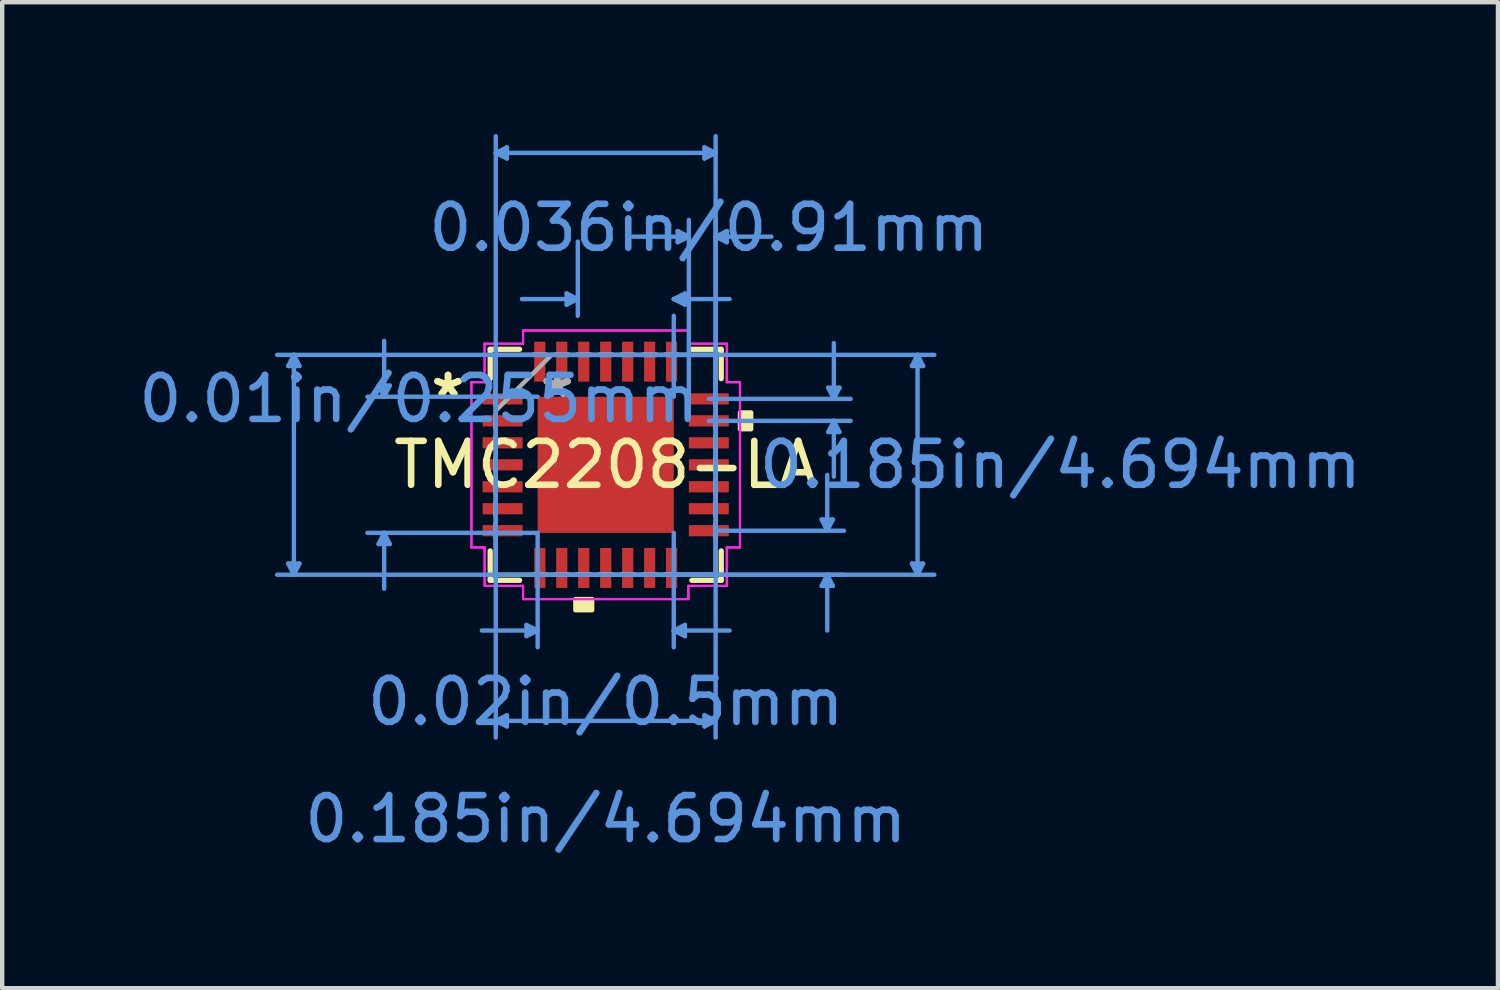
<source format=kicad_pcb>
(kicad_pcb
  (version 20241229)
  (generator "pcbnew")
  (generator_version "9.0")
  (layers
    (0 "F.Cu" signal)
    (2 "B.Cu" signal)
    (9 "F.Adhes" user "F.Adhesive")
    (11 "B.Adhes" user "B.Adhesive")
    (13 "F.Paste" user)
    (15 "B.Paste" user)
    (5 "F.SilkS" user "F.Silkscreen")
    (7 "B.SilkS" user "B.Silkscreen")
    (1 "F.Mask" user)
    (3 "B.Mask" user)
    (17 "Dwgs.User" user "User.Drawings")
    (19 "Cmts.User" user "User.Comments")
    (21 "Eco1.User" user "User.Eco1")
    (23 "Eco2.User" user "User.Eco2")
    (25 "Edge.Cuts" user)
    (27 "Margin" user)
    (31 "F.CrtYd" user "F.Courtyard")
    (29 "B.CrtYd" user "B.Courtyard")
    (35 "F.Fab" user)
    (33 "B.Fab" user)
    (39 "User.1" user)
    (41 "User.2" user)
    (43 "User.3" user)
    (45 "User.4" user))
  (footprint "TMC2208-LA"
    (layer "F.Cu")
    (at 10.735 7.528)
    (property "Reference" "TMC2208-LA" (at 0 0 0) (layer "F.SilkS") (effects (font (size 1 1) (thickness 0.15))))
    (attr through_hole)
    (fp_line (start -2.629 -2.629) (end -2.629 -1.96) (stroke (width 0.12) (type solid)) (layer "F.SilkS"))
    (fp_line (start -2.629 1.96) (end -2.629 2.629) (stroke (width 0.12) (type solid)) (layer "F.SilkS"))
    (fp_line (start -2.629 2.629) (end -1.96 2.629) (stroke (width 0.12) (type solid)) (layer "F.SilkS"))
    (fp_line (start -1.96 -2.629) (end -2.629 -2.629) (stroke (width 0.12) (type solid)) (layer "F.SilkS"))
    (fp_line (start 1.96 2.629) (end 2.629 2.629) (stroke (width 0.12) (type solid)) (layer "F.SilkS"))
    (fp_line (start 2.629 -2.629) (end 1.96 -2.629) (stroke (width 0.12) (type solid)) (layer "F.SilkS"))
    (fp_line (start 2.629 -1.96) (end 2.629 -2.629) (stroke (width 0.12) (type solid)) (layer "F.SilkS"))
    (fp_line (start 2.629 2.629) (end 2.629 1.96) (stroke (width 0.12) (type solid)) (layer "F.SilkS"))
    (fp_poly (pts (xy -0.69 3.056) (xy -0.69 3.31) (xy -0.309 3.31) (xy -0.309 3.056)) (stroke (width 0.1) (type solid)) (fill yes) (layer "F.SilkS"))
    (fp_poly (pts (xy 3.31 -1.191) (xy 3.31 -0.81) (xy 3.056 -0.81) (xy 3.056 -1.191)) (stroke (width 0.1) (type solid)) (fill yes) (layer "F.SilkS"))
    (fp_line (start -7.224 -2.248) (end -6.97 -2.248) (stroke (width 0.1) (type solid)) (layer "Cmts.User"))
    (fp_line (start -7.224 2.248) (end -6.97 2.248) (stroke (width 0.1) (type solid)) (layer "Cmts.User"))
    (fp_line (start -7.097 -2.502) (end -7.224 -2.248) (stroke (width 0.1) (type solid)) (layer "Cmts.User"))
    (fp_line (start -7.097 -2.502) (end -7.097 2.502) (stroke (width 0.1) (type solid)) (layer "Cmts.User"))
    (fp_line (start -7.097 -2.502) (end -6.97 -2.248) (stroke (width 0.1) (type solid)) (layer "Cmts.User"))
    (fp_line (start -7.097 2.502) (end -7.224 2.248) (stroke (width 0.1) (type solid)) (layer "Cmts.User"))
    (fp_line (start -7.097 2.502) (end -6.97 2.248) (stroke (width 0.1) (type solid)) (layer "Cmts.User"))
    (fp_line (start -5.169 -1.803) (end -4.915 -1.803) (stroke (width 0.1) (type solid)) (layer "Cmts.User"))
    (fp_line (start -5.169 1.803) (end -4.915 1.803) (stroke (width 0.1) (type solid)) (layer "Cmts.User"))
    (fp_line (start -5.042 -1.549) (end -5.169 -1.803) (stroke (width 0.1) (type solid)) (layer "Cmts.User"))
    (fp_line (start -5.042 -1.549) (end -5.042 -2.819) (stroke (width 0.1) (type solid)) (layer "Cmts.User"))
    (fp_line (start -5.042 -1.549) (end -4.915 -1.803) (stroke (width 0.1) (type solid)) (layer "Cmts.User"))
    (fp_line (start -5.042 1.549) (end -5.169 1.803) (stroke (width 0.1) (type solid)) (layer "Cmts.User"))
    (fp_line (start -5.042 1.549) (end -5.042 2.819) (stroke (width 0.1) (type solid)) (layer "Cmts.User"))
    (fp_line (start -5.042 1.549) (end -4.915 1.803) (stroke (width 0.1) (type solid)) (layer "Cmts.User"))
    (fp_line (start -2.502 -7.097) (end -2.248 -7.224) (stroke (width 0.1) (type solid)) (layer "Cmts.User"))
    (fp_line (start -2.502 -7.097) (end -2.248 -6.97) (stroke (width 0.1) (type solid)) (layer "Cmts.User"))
    (fp_line (start -2.502 -7.097) (end 2.502 -7.097) (stroke (width 0.1) (type solid)) (layer "Cmts.User"))
    (fp_line (start -2.502 -2.502) (end -2.502 6.208) (stroke (width 0.1) (type solid)) (layer "Cmts.User"))
    (fp_line (start -2.502 -1.5) (end -2.502 -7.478) (stroke (width 0.1) (type solid)) (layer "Cmts.User"))
    (fp_line (start -2.502 5.827) (end -2.248 5.7) (stroke (width 0.1) (type solid)) (layer "Cmts.User"))
    (fp_line (start -2.502 5.827) (end -2.248 5.954) (stroke (width 0.1) (type solid)) (layer "Cmts.User"))
    (fp_line (start -2.502 5.827) (end 2.502 5.827) (stroke (width 0.1) (type solid)) (layer "Cmts.User"))
    (fp_line (start -2.248 -7.224) (end -2.248 -6.97) (stroke (width 0.1) (type solid)) (layer "Cmts.User"))
    (fp_line (start -2.248 5.7) (end -2.248 5.954) (stroke (width 0.1) (type solid)) (layer "Cmts.User"))
    (fp_line (start -1.803 3.645) (end -1.803 3.899) (stroke (width 0.1) (type solid)) (layer "Cmts.User"))
    (fp_line (start -1.549 -1.549) (end -5.423 -1.549) (stroke (width 0.1) (type solid)) (layer "Cmts.User"))
    (fp_line (start -1.549 1.549) (end -5.423 1.549) (stroke (width 0.1) (type solid)) (layer "Cmts.User"))
    (fp_line (start -1.549 1.549) (end -1.549 4.153) (stroke (width 0.1) (type solid)) (layer "Cmts.User"))
    (fp_line (start -1.549 3.772) (end -2.819 3.772) (stroke (width 0.1) (type solid)) (layer "Cmts.User"))
    (fp_line (start -1.549 3.772) (end -1.803 3.645) (stroke (width 0.1) (type solid)) (layer "Cmts.User"))
    (fp_line (start -1.549 3.772) (end -1.803 3.899) (stroke (width 0.1) (type solid)) (layer "Cmts.User"))
    (fp_line (start -0.889 -3.899) (end -0.889 -3.645) (stroke (width 0.1) (type solid)) (layer "Cmts.User"))
    (fp_line (start -0.635 -5.08) (end -0.635 -3.391) (stroke (width 0.1) (type solid)) (layer "Cmts.User"))
    (fp_line (start -0.635 -3.772) (end -1.905 -3.772) (stroke (width 0.1) (type solid)) (layer "Cmts.User"))
    (fp_line (start -0.635 -3.772) (end -0.889 -3.899) (stroke (width 0.1) (type solid)) (layer "Cmts.User"))
    (fp_line (start -0.635 -3.772) (end -0.889 -3.645) (stroke (width 0.1) (type solid)) (layer "Cmts.User"))
    (fp_line (start 1.5 -2.502) (end 7.478 -2.502) (stroke (width 0.1) (type solid)) (layer "Cmts.User"))
    (fp_line (start 1.5 2.502) (end 5.423 2.502) (stroke (width 0.1) (type solid)) (layer "Cmts.User"))
    (fp_line (start 1.5 2.502) (end 7.478 2.502) (stroke (width 0.1) (type solid)) (layer "Cmts.User"))
    (fp_line (start 1.549 -3.772) (end 1.803 -3.899) (stroke (width 0.1) (type solid)) (layer "Cmts.User"))
    (fp_line (start 1.549 -3.772) (end 1.803 -3.645) (stroke (width 0.1) (type solid)) (layer "Cmts.User"))
    (fp_line (start 1.549 -3.772) (end 2.819 -3.772) (stroke (width 0.1) (type solid)) (layer "Cmts.User"))
    (fp_line (start 1.549 -1.549) (end 1.549 -3.391) (stroke (width 0.1) (type solid)) (layer "Cmts.User"))
    (fp_line (start 1.549 1.549) (end 1.549 4.153) (stroke (width 0.1) (type solid)) (layer "Cmts.User"))
    (fp_line (start 1.549 3.772) (end 1.803 3.645) (stroke (width 0.1) (type solid)) (layer "Cmts.User"))
    (fp_line (start 1.549 3.772) (end 1.803 3.899) (stroke (width 0.1) (type solid)) (layer "Cmts.User"))
    (fp_line (start 1.549 3.772) (end 2.819 3.772) (stroke (width 0.1) (type solid)) (layer "Cmts.User"))
    (fp_line (start 1.638 -5.319) (end 1.638 -5.065) (stroke (width 0.1) (type solid)) (layer "Cmts.User"))
    (fp_line (start 1.803 -3.899) (end 1.803 -3.645) (stroke (width 0.1) (type solid)) (layer "Cmts.User"))
    (fp_line (start 1.803 3.645) (end 1.803 3.899) (stroke (width 0.1) (type solid)) (layer "Cmts.User"))
    (fp_line (start 1.892 -5.192) (end 0.622 -5.192) (stroke (width 0.1) (type solid)) (layer "Cmts.User"))
    (fp_line (start 1.892 -5.192) (end 1.638 -5.319) (stroke (width 0.1) (type solid)) (layer "Cmts.User"))
    (fp_line (start 1.892 -5.192) (end 1.638 -5.065) (stroke (width 0.1) (type solid)) (layer "Cmts.User"))
    (fp_line (start 1.892 -1.5) (end 1.892 -5.573) (stroke (width 0.1) (type solid)) (layer "Cmts.User"))
    (fp_line (start 2.248 -7.224) (end 2.248 -6.97) (stroke (width 0.1) (type solid)) (layer "Cmts.User"))
    (fp_line (start 2.248 5.7) (end 2.248 5.954) (stroke (width 0.1) (type solid)) (layer "Cmts.User"))
    (fp_line (start 2.347 -1.5) (end 5.573 -1.5) (stroke (width 0.1) (type solid)) (layer "Cmts.User"))
    (fp_line (start 2.347 -1) (end 5.573 -1) (stroke (width 0.1) (type solid)) (layer "Cmts.User"))
    (fp_line (start 2.502 -7.097) (end 2.248 -7.224) (stroke (width 0.1) (type solid)) (layer "Cmts.User"))
    (fp_line (start 2.502 -7.097) (end 2.248 -6.97) (stroke (width 0.1) (type solid)) (layer "Cmts.User"))
    (fp_line (start 2.502 -5.192) (end 2.756 -5.319) (stroke (width 0.1) (type solid)) (layer "Cmts.User"))
    (fp_line (start 2.502 -5.192) (end 2.756 -5.065) (stroke (width 0.1) (type solid)) (layer "Cmts.User"))
    (fp_line (start 2.502 -5.192) (end 3.772 -5.192) (stroke (width 0.1) (type solid)) (layer "Cmts.User"))
    (fp_line (start 2.502 -2.502) (end -7.478 -2.502) (stroke (width 0.1) (type solid)) (layer "Cmts.User"))
    (fp_line (start 2.502 -2.502) (end 2.502 6.208) (stroke (width 0.1) (type solid)) (layer "Cmts.User"))
    (fp_line (start 2.502 -1.5) (end 2.502 -7.478) (stroke (width 0.1) (type solid)) (layer "Cmts.User"))
    (fp_line (start 2.502 -1.5) (end 2.502 -5.573) (stroke (width 0.1) (type solid)) (layer "Cmts.User"))
    (fp_line (start 2.502 1.5) (end 5.423 1.5) (stroke (width 0.1) (type solid)) (layer "Cmts.User"))
    (fp_line (start 2.502 2.502) (end -7.478 2.502) (stroke (width 0.1) (type solid)) (layer "Cmts.User"))
    (fp_line (start 2.502 5.827) (end 2.248 5.7) (stroke (width 0.1) (type solid)) (layer "Cmts.User"))
    (fp_line (start 2.502 5.827) (end 2.248 5.954) (stroke (width 0.1) (type solid)) (layer "Cmts.User"))
    (fp_line (start 2.756 -5.319) (end 2.756 -5.065) (stroke (width 0.1) (type solid)) (layer "Cmts.User"))
    (fp_line (start 4.915 1.246) (end 5.169 1.246) (stroke (width 0.1) (type solid)) (layer "Cmts.User"))
    (fp_line (start 4.915 2.756) (end 5.169 2.756) (stroke (width 0.1) (type solid)) (layer "Cmts.User"))
    (fp_line (start 5.042 1.5) (end 4.915 1.246) (stroke (width 0.1) (type solid)) (layer "Cmts.User"))
    (fp_line (start 5.042 1.5) (end 5.042 0.23) (stroke (width 0.1) (type solid)) (layer "Cmts.User"))
    (fp_line (start 5.042 1.5) (end 5.169 1.246) (stroke (width 0.1) (type solid)) (layer "Cmts.User"))
    (fp_line (start 5.042 2.502) (end 4.915 2.756) (stroke (width 0.1) (type solid)) (layer "Cmts.User"))
    (fp_line (start 5.042 2.502) (end 5.042 3.772) (stroke (width 0.1) (type solid)) (layer "Cmts.User"))
    (fp_line (start 5.042 2.502) (end 5.169 2.756) (stroke (width 0.1) (type solid)) (layer "Cmts.User"))
    (fp_line (start 5.065 -1.754) (end 5.319 -1.754) (stroke (width 0.1) (type solid)) (layer "Cmts.User"))
    (fp_line (start 5.065 -0.746) (end 5.319 -0.746) (stroke (width 0.1) (type solid)) (layer "Cmts.User"))
    (fp_line (start 5.192 -1.5) (end 5.065 -1.754) (stroke (width 0.1) (type solid)) (layer "Cmts.User"))
    (fp_line (start 5.192 -1.5) (end 5.192 -2.77) (stroke (width 0.1) (type solid)) (layer "Cmts.User"))
    (fp_line (start 5.192 -1.5) (end 5.319 -1.754) (stroke (width 0.1) (type solid)) (layer "Cmts.User"))
    (fp_line (start 5.192 -1) (end 5.065 -0.746) (stroke (width 0.1) (type solid)) (layer "Cmts.User"))
    (fp_line (start 5.192 -1) (end 5.192 0.27) (stroke (width 0.1) (type solid)) (layer "Cmts.User"))
    (fp_line (start 5.192 -1) (end 5.319 -0.746) (stroke (width 0.1) (type solid)) (layer "Cmts.User"))
    (fp_line (start 6.97 -2.248) (end 7.224 -2.248) (stroke (width 0.1) (type solid)) (layer "Cmts.User"))
    (fp_line (start 6.97 2.248) (end 7.224 2.248) (stroke (width 0.1) (type solid)) (layer "Cmts.User"))
    (fp_line (start 7.097 -2.502) (end 6.97 -2.248) (stroke (width 0.1) (type solid)) (layer "Cmts.User"))
    (fp_line (start 7.097 -2.502) (end 7.097 2.502) (stroke (width 0.1) (type solid)) (layer "Cmts.User"))
    (fp_line (start 7.097 -2.502) (end 7.224 -2.248) (stroke (width 0.1) (type solid)) (layer "Cmts.User"))
    (fp_line (start 7.097 2.502) (end 6.97 2.248) (stroke (width 0.1) (type solid)) (layer "Cmts.User"))
    (fp_line (start 7.097 2.502) (end 7.224 2.248) (stroke (width 0.1) (type solid)) (layer "Cmts.User"))
    (fp_line (start -3.056 -1.881) (end -2.756 -1.881) (stroke (width 0.05) (type solid)) (layer "F.CrtYd"))
    (fp_line (start -3.056 -1.881) (end -2.756 -1.881) (stroke (width 0.05) (type solid)) (layer "F.CrtYd"))
    (fp_line (start -3.056 1.881) (end -3.056 -1.881) (stroke (width 0.05) (type solid)) (layer "F.CrtYd"))
    (fp_line (start -3.056 1.881) (end -3.056 -1.881) (stroke (width 0.05) (type solid)) (layer "F.CrtYd"))
    (fp_line (start -2.756 -2.756) (end -1.881 -2.756) (stroke (width 0.05) (type solid)) (layer "F.CrtYd"))
    (fp_line (start -2.756 -2.756) (end -1.881 -2.756) (stroke (width 0.05) (type solid)) (layer "F.CrtYd"))
    (fp_line (start -2.756 -1.881) (end -2.756 -2.756) (stroke (width 0.05) (type solid)) (layer "F.CrtYd"))
    (fp_line (start -2.756 -1.881) (end -2.756 -2.756) (stroke (width 0.05) (type solid)) (layer "F.CrtYd"))
    (fp_line (start -2.756 1.881) (end -3.056 1.881) (stroke (width 0.05) (type solid)) (layer "F.CrtYd"))
    (fp_line (start -2.756 1.881) (end -3.056 1.881) (stroke (width 0.05) (type solid)) (layer "F.CrtYd"))
    (fp_line (start -2.756 2.756) (end -2.756 1.881) (stroke (width 0.05) (type solid)) (layer "F.CrtYd"))
    (fp_line (start -2.756 2.756) (end -2.756 1.881) (stroke (width 0.05) (type solid)) (layer "F.CrtYd"))
    (fp_line (start -1.881 -3.056) (end 1.881 -3.056) (stroke (width 0.05) (type solid)) (layer "F.CrtYd"))
    (fp_line (start -1.881 -3.056) (end 1.881 -3.056) (stroke (width 0.05) (type solid)) (layer "F.CrtYd"))
    (fp_line (start -1.881 -2.756) (end -1.881 -3.056) (stroke (width 0.05) (type solid)) (layer "F.CrtYd"))
    (fp_line (start -1.881 -2.756) (end -1.881 -3.056) (stroke (width 0.05) (type solid)) (layer "F.CrtYd"))
    (fp_line (start -1.881 2.756) (end -2.756 2.756) (stroke (width 0.05) (type solid)) (layer "F.CrtYd"))
    (fp_line (start -1.881 2.756) (end -2.756 2.756) (stroke (width 0.05) (type solid)) (layer "F.CrtYd"))
    (fp_line (start -1.881 3.056) (end -1.881 2.756) (stroke (width 0.05) (type solid)) (layer "F.CrtYd"))
    (fp_line (start -1.881 3.056) (end -1.881 2.756) (stroke (width 0.05) (type solid)) (layer "F.CrtYd"))
    (fp_line (start 1.881 -3.056) (end 1.881 -2.756) (stroke (width 0.05) (type solid)) (layer "F.CrtYd"))
    (fp_line (start 1.881 -3.056) (end 1.881 -2.756) (stroke (width 0.05) (type solid)) (layer "F.CrtYd"))
    (fp_line (start 1.881 -2.756) (end 2.756 -2.756) (stroke (width 0.05) (type solid)) (layer "F.CrtYd"))
    (fp_line (start 1.881 -2.756) (end 2.756 -2.756) (stroke (width 0.05) (type solid)) (layer "F.CrtYd"))
    (fp_line (start 1.881 2.756) (end 1.881 3.056) (stroke (width 0.05) (type solid)) (layer "F.CrtYd"))
    (fp_line (start 1.881 2.756) (end 1.881 3.056) (stroke (width 0.05) (type solid)) (layer "F.CrtYd"))
    (fp_line (start 1.881 3.056) (end -1.881 3.056) (stroke (width 0.05) (type solid)) (layer "F.CrtYd"))
    (fp_line (start 1.881 3.056) (end -1.881 3.056) (stroke (width 0.05) (type solid)) (layer "F.CrtYd"))
    (fp_line (start 2.756 -2.756) (end 2.756 -1.881) (stroke (width 0.05) (type solid)) (layer "F.CrtYd"))
    (fp_line (start 2.756 -2.756) (end 2.756 -1.881) (stroke (width 0.05) (type solid)) (layer "F.CrtYd"))
    (fp_line (start 2.756 -1.881) (end 3.056 -1.881) (stroke (width 0.05) (type solid)) (layer "F.CrtYd"))
    (fp_line (start 2.756 -1.881) (end 3.056 -1.881) (stroke (width 0.05) (type solid)) (layer "F.CrtYd"))
    (fp_line (start 2.756 1.881) (end 2.756 2.756) (stroke (width 0.05) (type solid)) (layer "F.CrtYd"))
    (fp_line (start 2.756 1.881) (end 2.756 2.756) (stroke (width 0.05) (type solid)) (layer "F.CrtYd"))
    (fp_line (start 2.756 2.756) (end 1.881 2.756) (stroke (width 0.05) (type solid)) (layer "F.CrtYd"))
    (fp_line (start 2.756 2.756) (end 1.881 2.756) (stroke (width 0.05) (type solid)) (layer "F.CrtYd"))
    (fp_line (start 3.056 -1.881) (end 3.056 1.881) (stroke (width 0.05) (type solid)) (layer "F.CrtYd"))
    (fp_line (start 3.056 -1.881) (end 3.056 1.881) (stroke (width 0.05) (type solid)) (layer "F.CrtYd"))
    (fp_line (start 3.056 1.881) (end 2.756 1.881) (stroke (width 0.05) (type solid)) (layer "F.CrtYd"))
    (fp_line (start 3.056 1.881) (end 2.756 1.881) (stroke (width 0.05) (type solid)) (layer "F.CrtYd"))
    (fp_line (start -2.502 -2.502) (end -2.502 2.502) (stroke (width 0.1) (type solid)) (layer "F.Fab"))
    (fp_line (start -2.502 -1.652) (end -2.502 -1.652) (stroke (width 0.1) (type solid)) (layer "F.Fab"))
    (fp_line (start -2.502 -1.652) (end -2.502 -1.348) (stroke (width 0.1) (type solid)) (layer "F.Fab"))
    (fp_line (start -2.502 -1.348) (end -2.502 -1.652) (stroke (width 0.1) (type solid)) (layer "F.Fab"))
    (fp_line (start -2.502 -1.348) (end -2.502 -1.348) (stroke (width 0.1) (type solid)) (layer "F.Fab"))
    (fp_line (start -2.502 -1.232) (end -1.232 -2.502) (stroke (width 0.1) (type solid)) (layer "F.Fab"))
    (fp_line (start -2.502 -1.152) (end -2.502 -1.152) (stroke (width 0.1) (type solid)) (layer "F.Fab"))
    (fp_line (start -2.502 -1.152) (end -2.502 -0.848) (stroke (width 0.1) (type solid)) (layer "F.Fab"))
    (fp_line (start -2.502 -0.848) (end -2.502 -1.152) (stroke (width 0.1) (type solid)) (layer "F.Fab"))
    (fp_line (start -2.502 -0.848) (end -2.502 -0.848) (stroke (width 0.1) (type solid)) (layer "F.Fab"))
    (fp_line (start -2.502 -0.652) (end -2.502 -0.652) (stroke (width 0.1) (type solid)) (layer "F.Fab"))
    (fp_line (start -2.502 -0.652) (end -2.502 -0.348) (stroke (width 0.1) (type solid)) (layer "F.Fab"))
    (fp_line (start -2.502 -0.348) (end -2.502 -0.652) (stroke (width 0.1) (type solid)) (layer "F.Fab"))
    (fp_line (start -2.502 -0.348) (end -2.502 -0.348) (stroke (width 0.1) (type solid)) (layer "F.Fab"))
    (fp_line (start -2.502 -0.152) (end -2.502 -0.152) (stroke (width 0.1) (type solid)) (layer "F.Fab"))
    (fp_line (start -2.502 -0.152) (end -2.502 0.152) (stroke (width 0.1) (type solid)) (layer "F.Fab"))
    (fp_line (start -2.502 0.152) (end -2.502 -0.152) (stroke (width 0.1) (type solid)) (layer "F.Fab"))
    (fp_line (start -2.502 0.152) (end -2.502 0.152) (stroke (width 0.1) (type solid)) (layer "F.Fab"))
    (fp_line (start -2.502 0.348) (end -2.502 0.348) (stroke (width 0.1) (type solid)) (layer "F.Fab"))
    (fp_line (start -2.502 0.348) (end -2.502 0.652) (stroke (width 0.1) (type solid)) (layer "F.Fab"))
    (fp_line (start -2.502 0.652) (end -2.502 0.348) (stroke (width 0.1) (type solid)) (layer "F.Fab"))
    (fp_line (start -2.502 0.652) (end -2.502 0.652) (stroke (width 0.1) (type solid)) (layer "F.Fab"))
    (fp_line (start -2.502 0.848) (end -2.502 0.848) (stroke (width 0.1) (type solid)) (layer "F.Fab"))
    (fp_line (start -2.502 0.848) (end -2.502 1.152) (stroke (width 0.1) (type solid)) (layer "F.Fab"))
    (fp_line (start -2.502 1.152) (end -2.502 0.848) (stroke (width 0.1) (type solid)) (layer "F.Fab"))
    (fp_line (start -2.502 1.152) (end -2.502 1.152) (stroke (width 0.1) (type solid)) (layer "F.Fab"))
    (fp_line (start -2.502 1.348) (end -2.502 1.348) (stroke (width 0.1) (type solid)) (layer "F.Fab"))
    (fp_line (start -2.502 1.348) (end -2.502 1.652) (stroke (width 0.1) (type solid)) (layer "F.Fab"))
    (fp_line (start -2.502 1.652) (end -2.502 1.348) (stroke (width 0.1) (type solid)) (layer "F.Fab"))
    (fp_line (start -2.502 1.652) (end -2.502 1.652) (stroke (width 0.1) (type solid)) (layer "F.Fab"))
    (fp_line (start -2.502 2.502) (end 2.502 2.502) (stroke (width 0.1) (type solid)) (layer "F.Fab"))
    (fp_line (start -1.652 -2.502) (end -1.652 -2.502) (stroke (width 0.1) (type solid)) (layer "F.Fab"))
    (fp_line (start -1.652 -2.502) (end -1.348 -2.502) (stroke (width 0.1) (type solid)) (layer "F.Fab"))
    (fp_line (start -1.652 2.502) (end -1.652 2.502) (stroke (width 0.1) (type solid)) (layer "F.Fab"))
    (fp_line (start -1.652 2.502) (end -1.348 2.502) (stroke (width 0.1) (type solid)) (layer "F.Fab"))
    (fp_line (start -1.348 -2.502) (end -1.652 -2.502) (stroke (width 0.1) (type solid)) (layer "F.Fab"))
    (fp_line (start -1.348 -2.502) (end -1.348 -2.502) (stroke (width 0.1) (type solid)) (layer "F.Fab"))
    (fp_line (start -1.348 2.502) (end -1.652 2.502) (stroke (width 0.1) (type solid)) (layer "F.Fab"))
    (fp_line (start -1.348 2.502) (end -1.348 2.502) (stroke (width 0.1) (type solid)) (layer "F.Fab"))
    (fp_line (start -1.152 -2.502) (end -1.152 -2.502) (stroke (width 0.1) (type solid)) (layer "F.Fab"))
    (fp_line (start -1.152 -2.502) (end -0.848 -2.502) (stroke (width 0.1) (type solid)) (layer "F.Fab"))
    (fp_line (start -1.152 2.502) (end -1.152 2.502) (stroke (width 0.1) (type solid)) (layer "F.Fab"))
    (fp_line (start -1.152 2.502) (end -0.848 2.502) (stroke (width 0.1) (type solid)) (layer "F.Fab"))
    (fp_line (start -0.848 -2.502) (end -1.152 -2.502) (stroke (width 0.1) (type solid)) (layer "F.Fab"))
    (fp_line (start -0.848 -2.502) (end -0.848 -2.502) (stroke (width 0.1) (type solid)) (layer "F.Fab"))
    (fp_line (start -0.848 2.502) (end -1.152 2.502) (stroke (width 0.1) (type solid)) (layer "F.Fab"))
    (fp_line (start -0.848 2.502) (end -0.848 2.502) (stroke (width 0.1) (type solid)) (layer "F.Fab"))
    (fp_line (start -0.652 -2.502) (end -0.652 -2.502) (stroke (width 0.1) (type solid)) (layer "F.Fab"))
    (fp_line (start -0.652 -2.502) (end -0.348 -2.502) (stroke (width 0.1) (type solid)) (layer "F.Fab"))
    (fp_line (start -0.652 2.502) (end -0.652 2.502) (stroke (width 0.1) (type solid)) (layer "F.Fab"))
    (fp_line (start -0.652 2.502) (end -0.348 2.502) (stroke (width 0.1) (type solid)) (layer "F.Fab"))
    (fp_line (start -0.348 -2.502) (end -0.652 -2.502) (stroke (width 0.1) (type solid)) (layer "F.Fab"))
    (fp_line (start -0.348 -2.502) (end -0.348 -2.502) (stroke (width 0.1) (type solid)) (layer "F.Fab"))
    (fp_line (start -0.348 2.502) (end -0.652 2.502) (stroke (width 0.1) (type solid)) (layer "F.Fab"))
    (fp_line (start -0.348 2.502) (end -0.348 2.502) (stroke (width 0.1) (type solid)) (layer "F.Fab"))
    (fp_line (start -0.152 -2.502) (end -0.152 -2.502) (stroke (width 0.1) (type solid)) (layer "F.Fab"))
    (fp_line (start -0.152 -2.502) (end 0.152 -2.502) (stroke (width 0.1) (type solid)) (layer "F.Fab"))
    (fp_line (start -0.152 2.502) (end -0.152 2.502) (stroke (width 0.1) (type solid)) (layer "F.Fab"))
    (fp_line (start -0.152 2.502) (end 0.152 2.502) (stroke (width 0.1) (type solid)) (layer "F.Fab"))
    (fp_line (start 0.152 -2.502) (end -0.152 -2.502) (stroke (width 0.1) (type solid)) (layer "F.Fab"))
    (fp_line (start 0.152 -2.502) (end 0.152 -2.502) (stroke (width 0.1) (type solid)) (layer "F.Fab"))
    (fp_line (start 0.152 2.502) (end -0.152 2.502) (stroke (width 0.1) (type solid)) (layer "F.Fab"))
    (fp_line (start 0.152 2.502) (end 0.152 2.502) (stroke (width 0.1) (type solid)) (layer "F.Fab"))
    (fp_line (start 0.348 -2.502) (end 0.348 -2.502) (stroke (width 0.1) (type solid)) (layer "F.Fab"))
    (fp_line (start 0.348 -2.502) (end 0.652 -2.502) (stroke (width 0.1) (type solid)) (layer "F.Fab"))
    (fp_line (start 0.348 2.502) (end 0.348 2.502) (stroke (width 0.1) (type solid)) (layer "F.Fab"))
    (fp_line (start 0.348 2.502) (end 0.652 2.502) (stroke (width 0.1) (type solid)) (layer "F.Fab"))
    (fp_line (start 0.652 -2.502) (end 0.348 -2.502) (stroke (width 0.1) (type solid)) (layer "F.Fab"))
    (fp_line (start 0.652 -2.502) (end 0.652 -2.502) (stroke (width 0.1) (type solid)) (layer "F.Fab"))
    (fp_line (start 0.652 2.502) (end 0.348 2.502) (stroke (width 0.1) (type solid)) (layer "F.Fab"))
    (fp_line (start 0.652 2.502) (end 0.652 2.502) (stroke (width 0.1) (type solid)) (layer "F.Fab"))
    (fp_line (start 0.848 -2.502) (end 0.848 -2.502) (stroke (width 0.1) (type solid)) (layer "F.Fab"))
    (fp_line (start 0.848 -2.502) (end 1.152 -2.502) (stroke (width 0.1) (type solid)) (layer "F.Fab"))
    (fp_line (start 0.848 2.502) (end 0.848 2.502) (stroke (width 0.1) (type solid)) (layer "F.Fab"))
    (fp_line (start 0.848 2.502) (end 1.152 2.502) (stroke (width 0.1) (type solid)) (layer "F.Fab"))
    (fp_line (start 1.152 -2.502) (end 0.848 -2.502) (stroke (width 0.1) (type solid)) (layer "F.Fab"))
    (fp_line (start 1.152 -2.502) (end 1.152 -2.502) (stroke (width 0.1) (type solid)) (layer "F.Fab"))
    (fp_line (start 1.152 2.502) (end 0.848 2.502) (stroke (width 0.1) (type solid)) (layer "F.Fab"))
    (fp_line (start 1.152 2.502) (end 1.152 2.502) (stroke (width 0.1) (type solid)) (layer "F.Fab"))
    (fp_line (start 1.348 -2.502) (end 1.348 -2.502) (stroke (width 0.1) (type solid)) (layer "F.Fab"))
    (fp_line (start 1.348 -2.502) (end 1.652 -2.502) (stroke (width 0.1) (type solid)) (layer "F.Fab"))
    (fp_line (start 1.348 2.502) (end 1.348 2.502) (stroke (width 0.1) (type solid)) (layer "F.Fab"))
    (fp_line (start 1.348 2.502) (end 1.652 2.502) (stroke (width 0.1) (type solid)) (layer "F.Fab"))
    (fp_line (start 1.652 -2.502) (end 1.348 -2.502) (stroke (width 0.1) (type solid)) (layer "F.Fab"))
    (fp_line (start 1.652 -2.502) (end 1.652 -2.502) (stroke (width 0.1) (type solid)) (layer "F.Fab"))
    (fp_line (start 1.652 2.502) (end 1.348 2.502) (stroke (width 0.1) (type solid)) (layer "F.Fab"))
    (fp_line (start 1.652 2.502) (end 1.652 2.502) (stroke (width 0.1) (type solid)) (layer "F.Fab"))
    (fp_line (start 2.502 -2.502) (end -2.502 -2.502) (stroke (width 0.1) (type solid)) (layer "F.Fab"))
    (fp_line (start 2.502 -1.652) (end 2.502 -1.652) (stroke (width 0.1) (type solid)) (layer "F.Fab"))
    (fp_line (start 2.502 -1.652) (end 2.502 -1.348) (stroke (width 0.1) (type solid)) (layer "F.Fab"))
    (fp_line (start 2.502 -1.348) (end 2.502 -1.652) (stroke (width 0.1) (type solid)) (layer "F.Fab"))
    (fp_line (start 2.502 -1.348) (end 2.502 -1.348) (stroke (width 0.1) (type solid)) (layer "F.Fab"))
    (fp_line (start 2.502 -1.152) (end 2.502 -1.152) (stroke (width 0.1) (type solid)) (layer "F.Fab"))
    (fp_line (start 2.502 -1.152) (end 2.502 -0.848) (stroke (width 0.1) (type solid)) (layer "F.Fab"))
    (fp_line (start 2.502 -0.848) (end 2.502 -1.152) (stroke (width 0.1) (type solid)) (layer "F.Fab"))
    (fp_line (start 2.502 -0.848) (end 2.502 -0.848) (stroke (width 0.1) (type solid)) (layer "F.Fab"))
    (fp_line (start 2.502 -0.652) (end 2.502 -0.652) (stroke (width 0.1) (type solid)) (layer "F.Fab"))
    (fp_line (start 2.502 -0.652) (end 2.502 -0.348) (stroke (width 0.1) (type solid)) (layer "F.Fab"))
    (fp_line (start 2.502 -0.348) (end 2.502 -0.652) (stroke (width 0.1) (type solid)) (layer "F.Fab"))
    (fp_line (start 2.502 -0.348) (end 2.502 -0.348) (stroke (width 0.1) (type solid)) (layer "F.Fab"))
    (fp_line (start 2.502 -0.152) (end 2.502 -0.152) (stroke (width 0.1) (type solid)) (layer "F.Fab"))
    (fp_line (start 2.502 -0.152) (end 2.502 0.152) (stroke (width 0.1) (type solid)) (layer "F.Fab"))
    (fp_line (start 2.502 0.152) (end 2.502 -0.152) (stroke (width 0.1) (type solid)) (layer "F.Fab"))
    (fp_line (start 2.502 0.152) (end 2.502 0.152) (stroke (width 0.1) (type solid)) (layer "F.Fab"))
    (fp_line (start 2.502 0.348) (end 2.502 0.348) (stroke (width 0.1) (type solid)) (layer "F.Fab"))
    (fp_line (start 2.502 0.348) (end 2.502 0.652) (stroke (width 0.1) (type solid)) (layer "F.Fab"))
    (fp_line (start 2.502 0.652) (end 2.502 0.348) (stroke (width 0.1) (type solid)) (layer "F.Fab"))
    (fp_line (start 2.502 0.652) (end 2.502 0.652) (stroke (width 0.1) (type solid)) (layer "F.Fab"))
    (fp_line (start 2.502 0.848) (end 2.502 0.848) (stroke (width 0.1) (type solid)) (layer "F.Fab"))
    (fp_line (start 2.502 0.848) (end 2.502 1.152) (stroke (width 0.1) (type solid)) (layer "F.Fab"))
    (fp_line (start 2.502 1.152) (end 2.502 0.848) (stroke (width 0.1) (type solid)) (layer "F.Fab"))
    (fp_line (start 2.502 1.152) (end 2.502 1.152) (stroke (width 0.1) (type solid)) (layer "F.Fab"))
    (fp_line (start 2.502 1.348) (end 2.502 1.348) (stroke (width 0.1) (type solid)) (layer "F.Fab"))
    (fp_line (start 2.502 1.348) (end 2.502 1.652) (stroke (width 0.1) (type solid)) (layer "F.Fab"))
    (fp_line (start 2.502 1.652) (end 2.502 1.348) (stroke (width 0.1) (type solid)) (layer "F.Fab"))
    (fp_line (start 2.502 1.652) (end 2.502 1.652) (stroke (width 0.1) (type solid)) (layer "F.Fab"))
    (fp_line (start 2.502 2.502) (end 2.502 -2.502) (stroke (width 0.1) (type solid)) (layer "F.Fab"))
    (fp_text user "*" (at -3.589 -1.5 0) (layer "F.SilkS") (effects (font (size 1 1) (thickness 0.15))))
    (fp_text user "*" (at -3.589 -1.5 0) (layer "F.SilkS") (effects (font (size 1 1) (thickness 0.15))))
    (fp_text user "0.01in/0.255mm" (at -4.253 -1.5 0) (layer "Cmts.User") (effects (font (size 1 1) (thickness 0.15))))
    (fp_text user "0.185in/4.694mm" (at 0 8.062 0) (layer "Cmts.User") (effects (font (size 1 1) (thickness 0.15))))
    (fp_text user "0.185in/4.694mm" (at 10.348 0 0) (layer "Cmts.User") (effects (font (size 1 1) (thickness 0.15))))
    (fp_text user "Copyright 2021 Accelerated Designs. All rights reserved." (at 0 0 0) (layer "Cmts.User") (effects (font (size 0.127 0.127) (thickness 0.002))))
    (fp_text user "0.036in/0.91mm" (at 2.347 -5.395 0) (layer "Cmts.User") (effects (font (size 1 1) (thickness 0.15))))
    (fp_text user "0.02in/0.5mm" (at 0 5.395 0) (layer "Cmts.User") (effects (font (size 1 1) (thickness 0.15))))
    (fp_text user "*" (at -1.105 -1.5 0) (layer "F.Fab") (effects (font (size 1 1) (thickness 0.15))))
    (fp_text user "*" (at -1.105 -1.5 0) (layer "F.Fab") (effects (font (size 1 1) (thickness 0.15))))
    (pad "1" smd rect (at -2.347 -1.5 90) (size 0.255 0.91) (layers "F.Cu" "F.Mask" "F.Paste"))
    (pad "2" smd rect (at -2.347 -1 90) (size 0.255 0.91) (layers "F.Cu" "F.Mask" "F.Paste"))
    (pad "3" smd rect (at -2.347 -0.5 90) (size 0.255 0.91) (layers "F.Cu" "F.Mask" "F.Paste"))
    (pad "4" smd rect (at -2.347 0 90) (size 0.255 0.91) (layers "F.Cu" "F.Mask" "F.Paste"))
    (pad "5" smd rect (at -2.347 0.5 90) (size 0.255 0.91) (layers "F.Cu" "F.Mask" "F.Paste"))
    (pad "6" smd rect (at -2.347 1 90) (size 0.255 0.91) (layers "F.Cu" "F.Mask" "F.Paste"))
    (pad "7" smd rect (at -2.347 1.5 90) (size 0.255 0.91) (layers "F.Cu" "F.Mask" "F.Paste"))
    (pad "8" smd rect (at -1.5 2.347) (size 0.255 0.91) (layers "F.Cu" "F.Mask" "F.Paste"))
    (pad "9" smd rect (at -1 2.347) (size 0.255 0.91) (layers "F.Cu" "F.Mask" "F.Paste"))
    (pad "10" smd rect (at -0.5 2.347) (size 0.255 0.91) (layers "F.Cu" "F.Mask" "F.Paste"))
    (pad "11" smd rect (at 0 2.347) (size 0.255 0.91) (layers "F.Cu" "F.Mask" "F.Paste"))
    (pad "12" smd rect (at 0.5 2.347) (size 0.255 0.91) (layers "F.Cu" "F.Mask" "F.Paste"))
    (pad "13" smd rect (at 1 2.347) (size 0.255 0.91) (layers "F.Cu" "F.Mask" "F.Paste"))
    (pad "14" smd rect (at 1.5 2.347) (size 0.255 0.91) (layers "F.Cu" "F.Mask" "F.Paste"))
    (pad "15" smd rect (at 2.347 1.5 90) (size 0.255 0.91) (layers "F.Cu" "F.Mask" "F.Paste"))
    (pad "16" smd rect (at 2.347 1 90) (size 0.255 0.91) (layers "F.Cu" "F.Mask" "F.Paste"))
    (pad "17" smd rect (at 2.347 0.5 90) (size 0.255 0.91) (layers "F.Cu" "F.Mask" "F.Paste"))
    (pad "18" smd rect (at 2.347 0 90) (size 0.255 0.91) (layers "F.Cu" "F.Mask" "F.Paste"))
    (pad "19" smd rect (at 2.347 -0.5 90) (size 0.255 0.91) (layers "F.Cu" "F.Mask" "F.Paste"))
    (pad "20" smd rect (at 2.347 -1 90) (size 0.255 0.91) (layers "F.Cu" "F.Mask" "F.Paste"))
    (pad "21" smd rect (at 2.347 -1.5 90) (size 0.255 0.91) (layers "F.Cu" "F.Mask" "F.Paste"))
    (pad "22" smd rect (at 1.5 -2.347) (size 0.255 0.91) (layers "F.Cu" "F.Mask" "F.Paste"))
    (pad "23" smd rect (at 1 -2.347) (size 0.255 0.91) (layers "F.Cu" "F.Mask" "F.Paste"))
    (pad "24" smd rect (at 0.5 -2.347) (size 0.255 0.91) (layers "F.Cu" "F.Mask" "F.Paste"))
    (pad "25" smd rect (at 0 -2.347) (size 0.255 0.91) (layers "F.Cu" "F.Mask" "F.Paste"))
    (pad "26" smd rect (at -0.5 -2.347) (size 0.255 0.91) (layers "F.Cu" "F.Mask" "F.Paste"))
    (pad "27" smd rect (at -1 -2.347) (size 0.255 0.91) (layers "F.Cu" "F.Mask" "F.Paste"))
    (pad "28" smd rect (at -1.5 -2.347) (size 0.255 0.91) (layers "F.Cu" "F.Mask" "F.Paste"))
    (pad "29" smd rect (at 0 0) (size 3.099 3.099) (layers "F.Cu" "F.Mask" "F.Paste")))
  (gr_rect
    (start -3 -3)
    (end 31.041 19.439)
    (stroke (width 0.1) (type default))
    (fill no)
    (layer "Edge.Cuts")))
</source>
